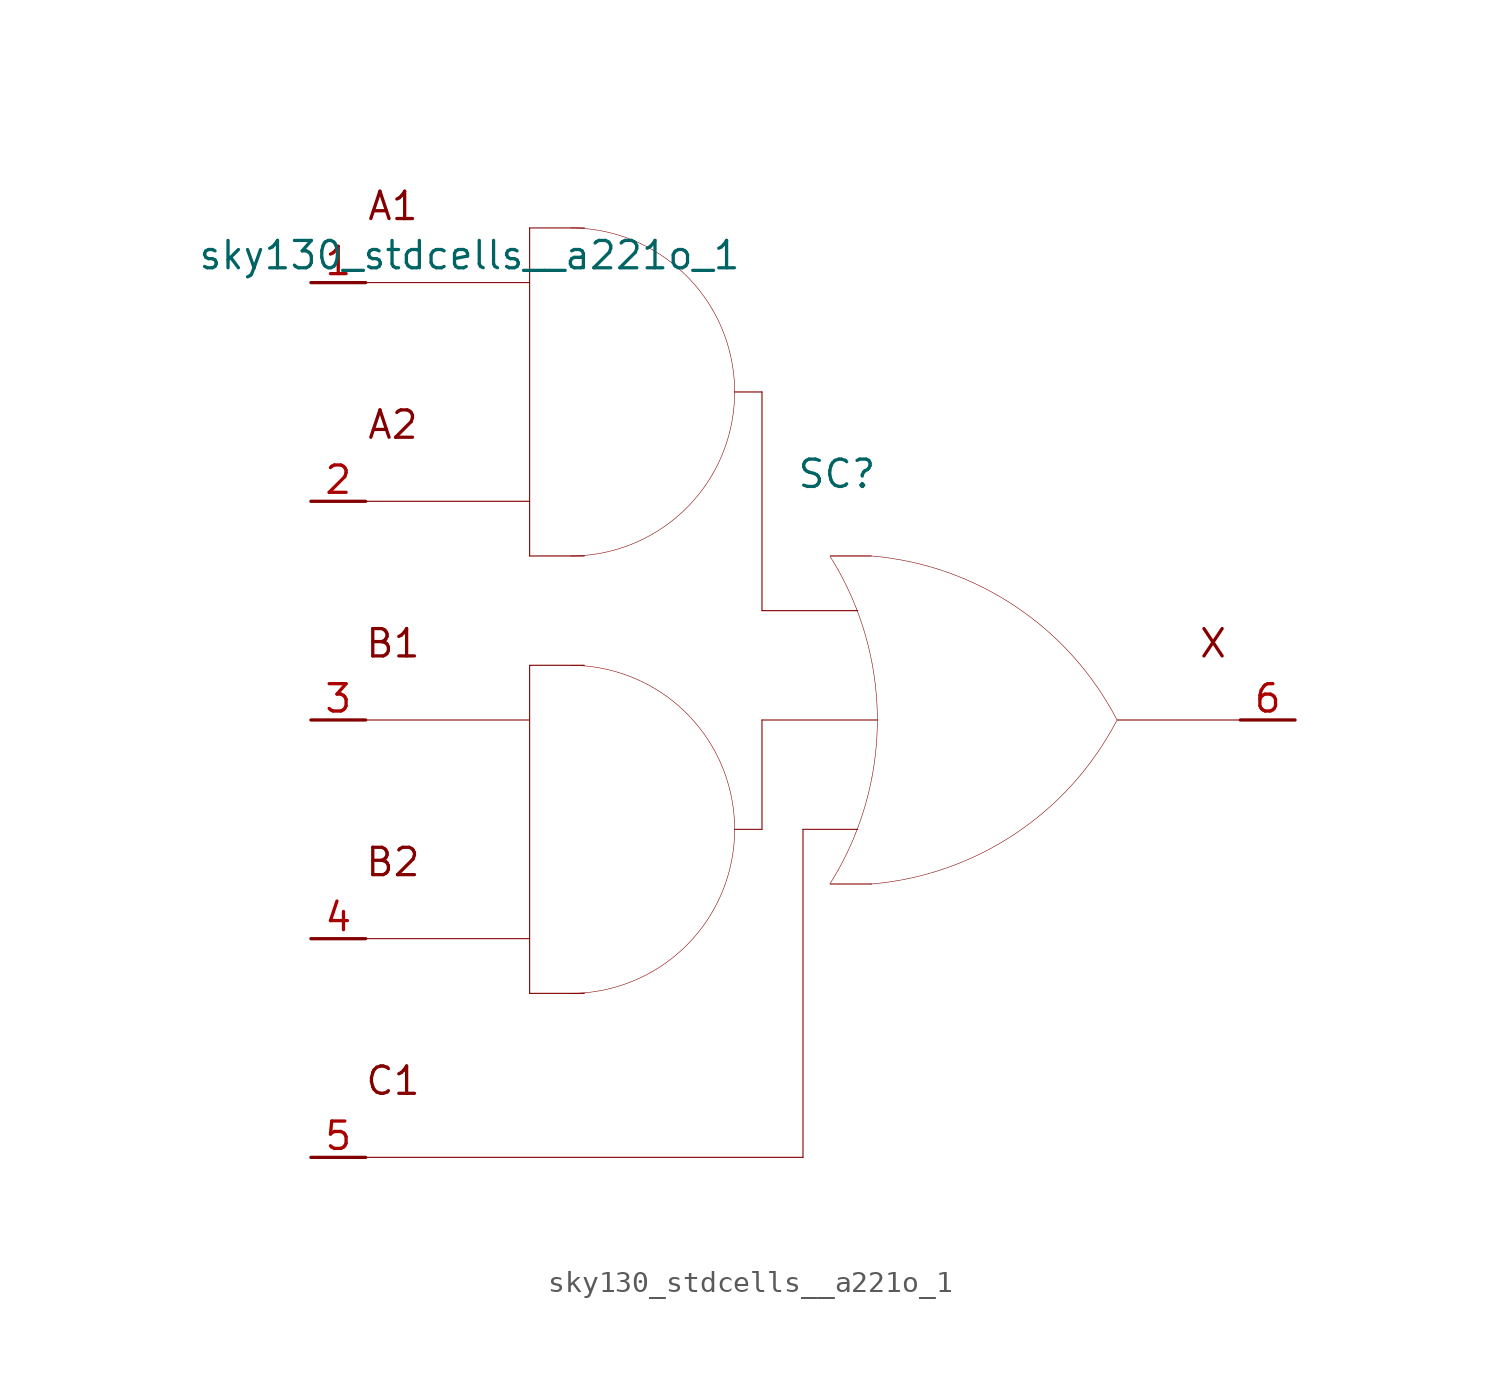
<source format=kicad_sym>
(kicad_symbol_lib
  (version 20211014)
  (generator kicad_symbol_editor)
  (symbol "sky130_stdcells__a221o_1"
    (pin_names hide)
    (property "Reference" "SC"
      (at 1.575 11.43 0)
      (effects (font (size 1.27 1.27))))
    (property "Value" "sky130_stdcells__a221o_1"
      (at -2.845 21.59 0)
      (effects (font (size 1.27 1.27)) (justify right)))
    (symbol "sky130_stdcells__a221o_1_0_0"
      (arc (start -10.795 -12.7) (mid -8.8228 -12.4404) (end -6.985 -11.6791) (stroke (width 0.0254) (type default) (color 0 0 0 0)) (fill (type none)))
      (arc (start -10.795 7.62) (mid -8.8228 7.8796) (end -6.985 8.6409) (stroke (width 0.0254) (type default) (color 0 0 0 0)) (fill (type none)))
      (arc (start -6.985 -11.6791) (mid -5.4069 -10.4681) (end -4.1959 -8.89) (stroke (width 0.0254) (type default) (color 0 0 0 0)) (fill (type none)))
      (arc (start -6.985 1.5191) (mid -8.8228 2.2803) (end -10.795 2.54) (stroke (width 0.0254) (type default) (color 0 0 0 0)) (fill (type none)))
      (arc (start -6.985 8.6409) (mid -5.4069 9.8519) (end -4.1959 11.43) (stroke (width 0.0254) (type default) (color 0 0 0 0)) (fill (type none)))
      (arc (start -6.985 21.8391) (mid -8.8228 22.6003) (end -10.795 22.86) (stroke (width 0.0254) (type default) (color 0 0 0 0)) (fill (type none)))
      (arc (start -4.1959 -8.89) (mid -3.4347 -7.0522) (end -3.175 -5.08) (stroke (width 0.0254) (type default) (color 0 0 0 0)) (fill (type none)))
      (arc (start -4.1959 -1.27) (mid -5.4069 0.3081) (end -6.985 1.5191) (stroke (width 0.0254) (type default) (color 0 0 0 0)) (fill (type none)))
      (arc (start -4.1959 11.43) (mid -3.4347 13.2678) (end -3.175 15.24) (stroke (width 0.0254) (type default) (color 0 0 0 0)) (fill (type none)))
      (arc (start -4.1959 19.05) (mid -5.4069 20.6281) (end -6.985 21.8391) (stroke (width 0.0254) (type default) (color 0 0 0 0)) (fill (type none)))
      (arc (start -3.175 -5.08) (mid -3.4346 -3.1078) (end -4.1959 -1.27) (stroke (width 0.0254) (type default) (color 0 0 0 0)) (fill (type none)))
      (arc (start -3.175 15.24) (mid -3.4346 17.2122) (end -4.1959 19.05) (stroke (width 0.0254) (type default) (color 0 0 0 0)) (fill (type none)))
      (polyline (pts (xy -20.32 -20.32) (xy 0 -20.32)) (stroke (width 0.051) (type default) (color 0 0 0 0)) (fill (type none)))
      (polyline (pts (xy -20.32 -10.16) (xy -12.7 -10.16)) (stroke (width 0.051) (type default) (color 0 0 0 0)) (fill (type none)))
      (polyline (pts (xy -20.32 0) (xy -12.7 0)) (stroke (width 0.051) (type default) (color 0 0 0 0)) (fill (type none)))
      (polyline (pts (xy -20.32 10.16) (xy -12.7 10.16)) (stroke (width 0.051) (type default) (color 0 0 0 0)) (fill (type none)))
      (polyline (pts (xy -20.32 20.32) (xy -12.7 20.32)) (stroke (width 0.051) (type default) (color 0 0 0 0)) (fill (type none)))
      (polyline (pts (xy -12.7 -12.7) (xy -10.16 -12.7)) (stroke (width 0.051) (type default) (color 0 0 0 0)) (fill (type none)))
      (polyline (pts (xy -12.7 2.54) (xy -12.7 -12.7)) (stroke (width 0.051) (type default) (color 0 0 0 0)) (fill (type none)))
      (polyline (pts (xy -12.7 2.54) (xy -10.16 2.54)) (stroke (width 0.051) (type default) (color 0 0 0 0)) (fill (type none)))
      (polyline (pts (xy -12.7 7.62) (xy -10.16 7.62)) (stroke (width 0.051) (type default) (color 0 0 0 0)) (fill (type none)))
      (polyline (pts (xy -12.7 22.86) (xy -12.7 7.62)) (stroke (width 0.051) (type default) (color 0 0 0 0)) (fill (type none)))
      (polyline (pts (xy -12.7 22.86) (xy -10.16 22.86)) (stroke (width 0.051) (type default) (color 0 0 0 0)) (fill (type none)))
      (polyline (pts (xy -3.175 -5.08) (xy -1.905 -5.08)) (stroke (width 0.051) (type default) (color 0 0 0 0)) (fill (type none)))
      (polyline (pts (xy -3.175 15.24) (xy -1.905 15.24)) (stroke (width 0.051) (type default) (color 0 0 0 0)) (fill (type none)))
      (polyline (pts (xy -1.905 0) (xy -1.905 -5.08)) (stroke (width 0.051) (type default) (color 0 0 0 0)) (fill (type none)))
      (polyline (pts (xy -1.905 0) (xy 3.454 0)) (stroke (width 0.051) (type default) (color 0 0 0 0)) (fill (type none)))
      (polyline (pts (xy -1.905 5.08) (xy 2.54 5.08)) (stroke (width 0.051) (type default) (color 0 0 0 0)) (fill (type none)))
      (polyline (pts (xy -1.905 15.24) (xy -1.905 5.08)) (stroke (width 0.051) (type default) (color 0 0 0 0)) (fill (type none)))
      (polyline (pts (xy 0 -5.08) (xy 0 -20.32)) (stroke (width 0.051) (type default) (color 0 0 0 0)) (fill (type none)))
      (polyline (pts (xy 0 -5.08) (xy 2.54 -5.08)) (stroke (width 0.051) (type default) (color 0 0 0 0)) (fill (type none)))
      (polyline (pts (xy 1.27 -7.62) (xy 3.175 -7.62)) (stroke (width 0.051) (type default) (color 0 0 0 0)) (fill (type none)))
      (polyline (pts (xy 1.27 7.62) (xy 3.175 7.62)) (stroke (width 0.051) (type default) (color 0 0 0 0)) (fill (type none)))
      (polyline (pts (xy 14.605 0) (xy 20.32 0)) (stroke (width 0.051) (type default) (color 0 0 0 0)) (fill (type none)))
      (arc (start 1.2495 -7.6142) (mid 1.907 -6.458) (end 2.4538 -5.2456) (stroke (width 0.0254) (type default) (color 0 0 0 0)) (fill (type none)))
      (arc (start 2.4538 -5.2456) (mid 2.8887 -3.9755) (end 3.202 -2.6701) (stroke (width 0.0254) (type default) (color 0 0 0 0)) (fill (type none)))
      (arc (start 2.472 5.1993) (mid 1.9238 6.4248) (end 1.2627 7.5932) (stroke (width 0.0254) (type default) (color 0 0 0 0)) (fill (type none)))
      (arc (start 3.1446 -7.6231) (mid 9.8386 -5.2986) (end 14.5755 -0.0284) (stroke (width 0.0254) (type default) (color 0 0 0 0)) (fill (type none)))
      (arc (start 3.202 -2.6701) (mid 3.3912 -1.341) (end 3.4544 0) (stroke (width 0.0254) (type default) (color 0 0 0 0)) (fill (type none)))
      (arc (start 3.2066 2.6456) (mid 2.8989 3.9396) (end 2.472 5.1993) (stroke (width 0.0254) (type default) (color 0 0 0 0)) (fill (type none)))
      (arc (start 3.4544 0) (mid 3.3923 1.3286) (end 3.2066 2.6456) (stroke (width 0.0254) (type default) (color 0 0 0 0)) (fill (type none)))
      (arc (start 14.5983 -0.0156) (mid 9.8798 5.271) (end 3.194 7.6189) (stroke (width 0.0254) (type default) (color 0 0 0 0)) (fill (type none)))
      (text "A1" (at -19.05 23.876 0) (effects (font (size 1.27 1.27))))
      (text "A2" (at -19.05 13.716 0) (effects (font (size 1.27 1.27))))
      (text "B1" (at -19.05 3.556 0) (effects (font (size 1.27 1.27))))
      (text "B2" (at -19.05 -6.604 0) (effects (font (size 1.27 1.27))))
      (text "C1" (at -19.05 -16.764 0) (effects (font (size 1.27 1.27))))
      (text "X" (at 19.05 3.556 0) (effects (font (size 1.27 1.27)))))
    (symbol "sky130_stdcells__a221o_1_1_1"
      (pin input line (at -22.86 20.32 0) (length 2.54) (name "A1" (effects (font (size 1.092 1.092)))) (number "1" (effects (font (size 1.27 1.27)))))
      (pin input line (at -22.86 10.16 0) (length 2.54) (name "A2" (effects (font (size 1.092 1.092)))) (number "2" (effects (font (size 1.27 1.27)))))
      (pin input line (at -22.86 0 0) (length 2.54) (name "B1" (effects (font (size 1.092 1.092)))) (number "3" (effects (font (size 1.27 1.27)))))
      (pin input line (at -22.86 -10.16 0) (length 2.54) (name "B2" (effects (font (size 1.092 1.092)))) (number "4" (effects (font (size 1.27 1.27)))))
      (pin input line (at -22.86 -20.32 0) (length 2.54) (name "C1" (effects (font (size 1.092 1.092)))) (number "5" (effects (font (size 1.27 1.27)))))
      (pin output line (at 22.86 0 180) (length 2.54) (name "X" (effects (font (size 1.092 1.092)))) (number "6" (effects (font (size 1.27 1.27))))))))
</source>
